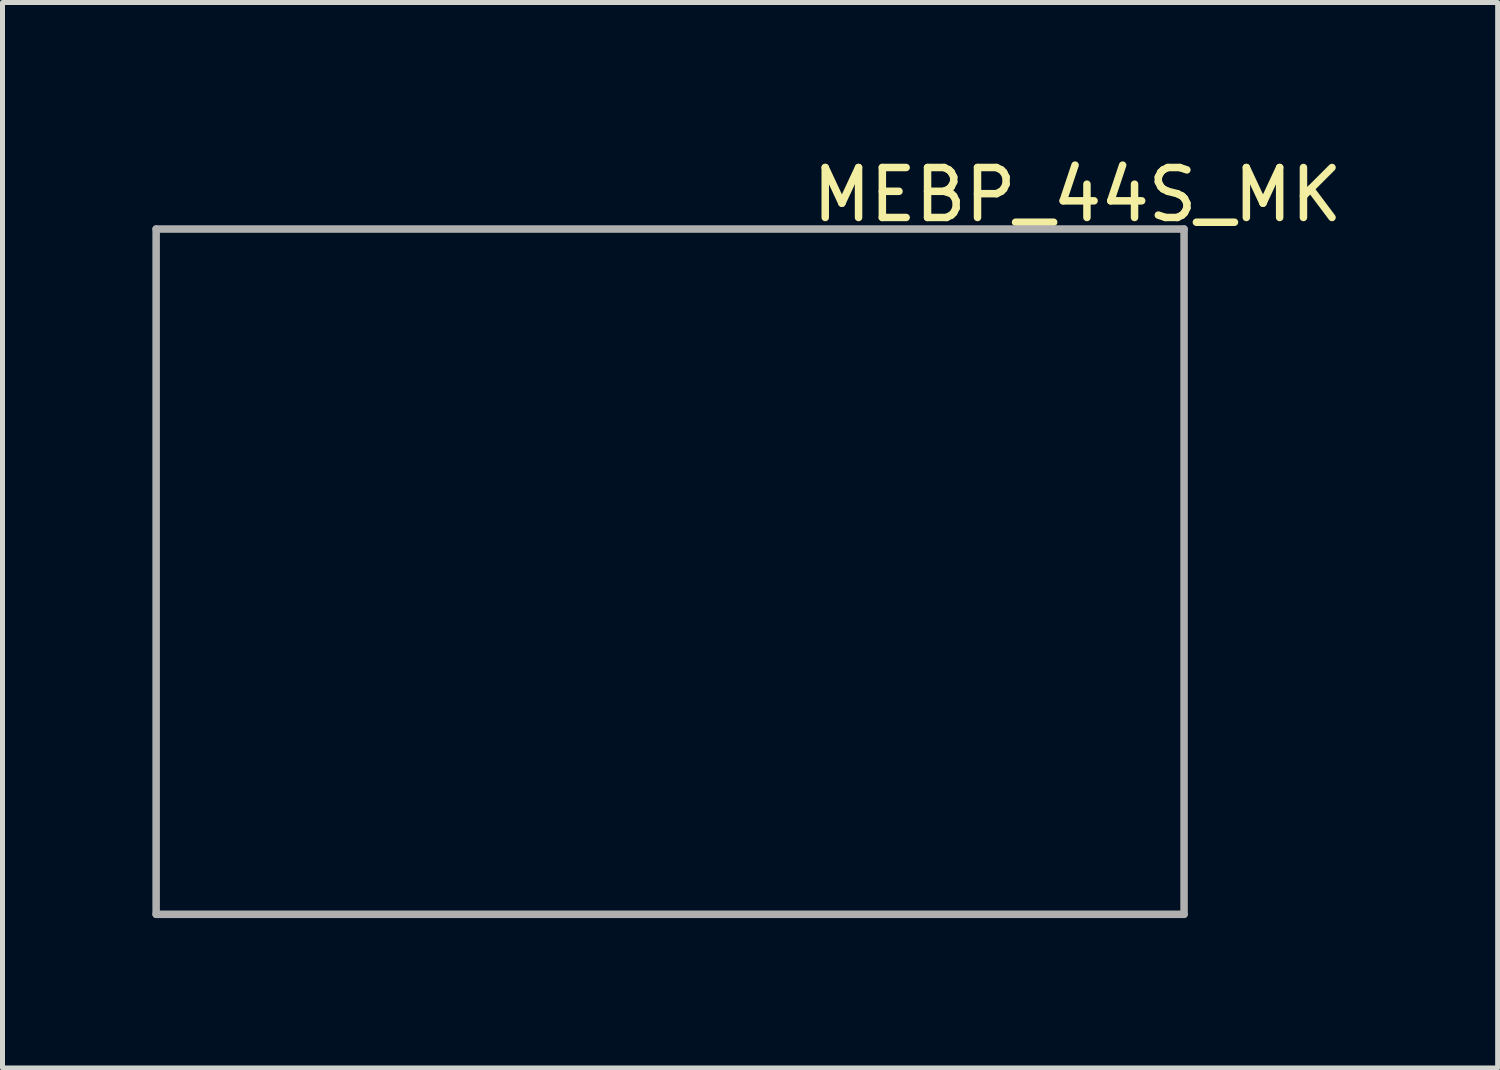
<source format=kicad_pcb>
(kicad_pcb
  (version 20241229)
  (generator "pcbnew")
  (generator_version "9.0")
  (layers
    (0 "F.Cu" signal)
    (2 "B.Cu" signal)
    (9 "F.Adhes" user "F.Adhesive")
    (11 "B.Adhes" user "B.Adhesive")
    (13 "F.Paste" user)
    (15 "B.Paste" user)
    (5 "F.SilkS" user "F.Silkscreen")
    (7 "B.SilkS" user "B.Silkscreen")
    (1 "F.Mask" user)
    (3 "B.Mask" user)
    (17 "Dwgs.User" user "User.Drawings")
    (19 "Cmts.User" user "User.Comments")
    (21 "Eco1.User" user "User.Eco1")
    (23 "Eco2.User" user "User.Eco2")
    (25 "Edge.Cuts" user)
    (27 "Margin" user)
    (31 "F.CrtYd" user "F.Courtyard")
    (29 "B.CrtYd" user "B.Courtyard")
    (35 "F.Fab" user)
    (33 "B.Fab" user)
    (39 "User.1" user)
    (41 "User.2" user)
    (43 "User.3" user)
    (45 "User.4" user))
  (footprint "MEBP_44S_MK"
    (layer "F.Cu")
    (at 10.26 11.719)
    (property "Reference" "MEBP_44S_MK" (at 8.255 -10.871 0) (layer "F.SilkS") (effects (font (size 1 1) (thickness 0.15))))
    (attr through_hole)
    (fp_line (start -10.185 -10.185) (end -10.185 3.531) (stroke (width 0.15) (type solid)) (layer "F.Fab"))
    (fp_line (start -10.185 3.531) (end 10.389 3.531) (stroke (width 0.15) (type solid)) (layer "F.Fab"))
    (fp_line (start 10.389 -10.185) (end -10.185 -10.185) (stroke (width 0.15) (type solid)) (layer "F.Fab"))
    (fp_line (start 10.389 3.531) (end 10.389 -10.185) (stroke (width 0.15) (type solid)) (layer "F.Fab")))
  (gr_rect
    (start -3 -3)
    (end 26.926 18.325)
    (stroke (width 0.1) (type default))
    (fill no)
    (layer "Edge.Cuts")))
</source>
